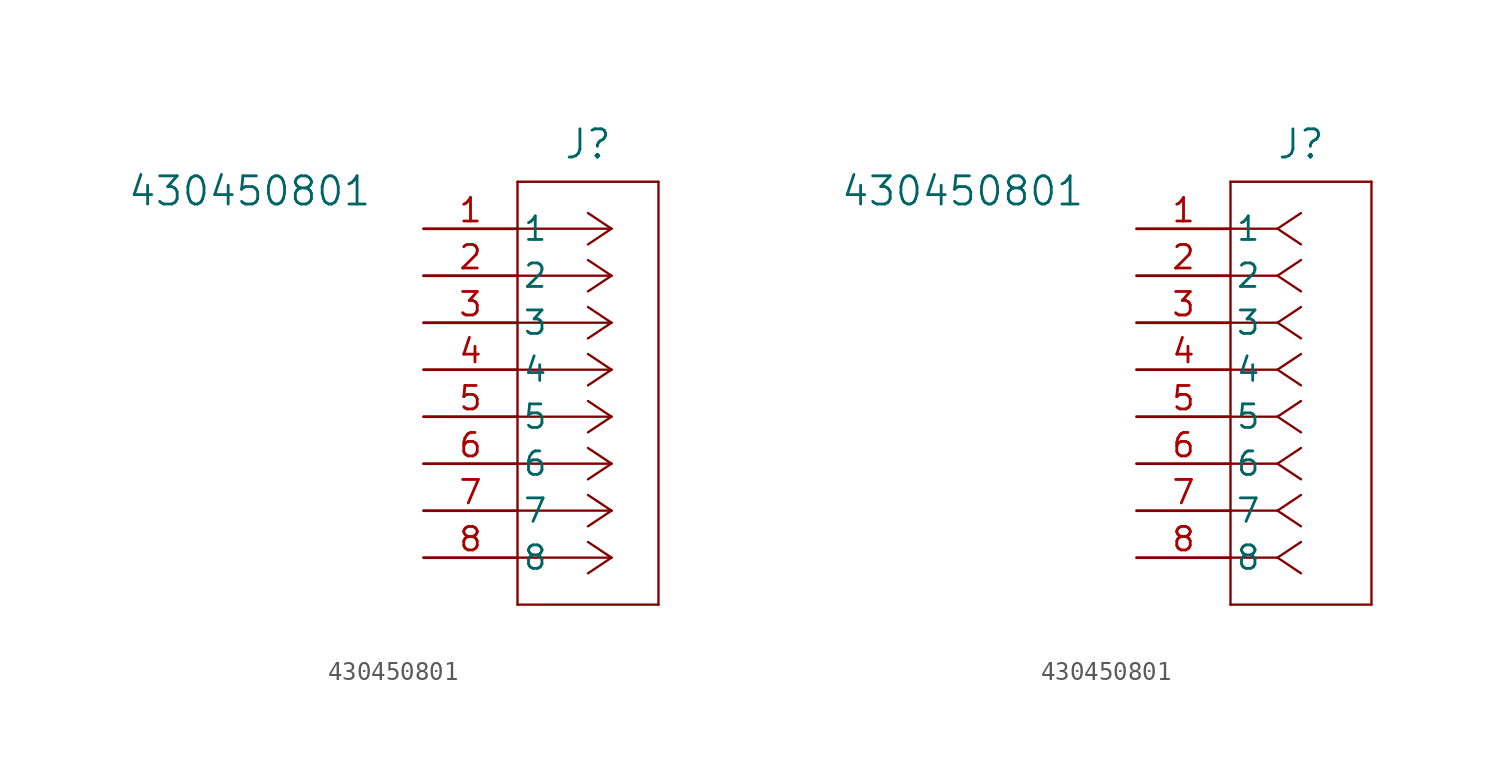
<source format=kicad_sym>
(kicad_symbol_lib
  (version 20241209)
  (generator "kicad_symbol_editor")
  (generator_version "9.0")
  (symbol "430450801"
    (pin_names
      (offset 0.254))
    (property "Reference" "J"
      (at 8.89 4.572 0)
      (effects (font (size 1.524 1.524))))
    (property "Value" "430450801"
      (at -9.398 2.032 0)
      (effects (font (size 1.524 1.524))))
    (symbol "430450801_1_1"
      (polyline (pts (xy 5.08 2.54) (xy 5.08 -20.32)) (stroke (width 0.127) (type default)) (fill (type none)))
      (polyline (pts (xy 5.08 -20.32) (xy 12.7 -20.32)) (stroke (width 0.127) (type default)) (fill (type none)))
      (polyline (pts (xy 10.16 0) (xy 5.08 0)) (stroke (width 0.127) (type default)) (fill (type none)))
      (polyline (pts (xy 10.16 0) (xy 8.89 0.847)) (stroke (width 0.127) (type default)) (fill (type none)))
      (polyline (pts (xy 10.16 0) (xy 8.89 -0.847)) (stroke (width 0.127) (type default)) (fill (type none)))
      (polyline (pts (xy 10.16 -2.54) (xy 5.08 -2.54)) (stroke (width 0.127) (type default)) (fill (type none)))
      (polyline (pts (xy 10.16 -2.54) (xy 8.89 -1.693)) (stroke (width 0.127) (type default)) (fill (type none)))
      (polyline (pts (xy 10.16 -2.54) (xy 8.89 -3.387)) (stroke (width 0.127) (type default)) (fill (type none)))
      (polyline (pts (xy 10.16 -5.08) (xy 5.08 -5.08)) (stroke (width 0.127) (type default)) (fill (type none)))
      (polyline (pts (xy 10.16 -5.08) (xy 8.89 -4.233)) (stroke (width 0.127) (type default)) (fill (type none)))
      (polyline (pts (xy 10.16 -5.08) (xy 8.89 -5.927)) (stroke (width 0.127) (type default)) (fill (type none)))
      (polyline (pts (xy 10.16 -7.62) (xy 5.08 -7.62)) (stroke (width 0.127) (type default)) (fill (type none)))
      (polyline (pts (xy 10.16 -7.62) (xy 8.89 -6.773)) (stroke (width 0.127) (type default)) (fill (type none)))
      (polyline (pts (xy 10.16 -7.62) (xy 8.89 -8.467)) (stroke (width 0.127) (type default)) (fill (type none)))
      (polyline (pts (xy 10.16 -10.16) (xy 5.08 -10.16)) (stroke (width 0.127) (type default)) (fill (type none)))
      (polyline (pts (xy 10.16 -10.16) (xy 8.89 -9.313)) (stroke (width 0.127) (type default)) (fill (type none)))
      (polyline (pts (xy 10.16 -10.16) (xy 8.89 -11.007)) (stroke (width 0.127) (type default)) (fill (type none)))
      (polyline (pts (xy 10.16 -12.7) (xy 5.08 -12.7)) (stroke (width 0.127) (type default)) (fill (type none)))
      (polyline (pts (xy 10.16 -12.7) (xy 8.89 -11.853)) (stroke (width 0.127) (type default)) (fill (type none)))
      (polyline (pts (xy 10.16 -12.7) (xy 8.89 -13.547)) (stroke (width 0.127) (type default)) (fill (type none)))
      (polyline (pts (xy 10.16 -15.24) (xy 5.08 -15.24)) (stroke (width 0.127) (type default)) (fill (type none)))
      (polyline (pts (xy 10.16 -15.24) (xy 8.89 -14.393)) (stroke (width 0.127) (type default)) (fill (type none)))
      (polyline (pts (xy 10.16 -15.24) (xy 8.89 -16.087)) (stroke (width 0.127) (type default)) (fill (type none)))
      (polyline (pts (xy 10.16 -17.78) (xy 5.08 -17.78)) (stroke (width 0.127) (type default)) (fill (type none)))
      (polyline (pts (xy 10.16 -17.78) (xy 8.89 -16.933)) (stroke (width 0.127) (type default)) (fill (type none)))
      (polyline (pts (xy 10.16 -17.78) (xy 8.89 -18.627)) (stroke (width 0.127) (type default)) (fill (type none)))
      (polyline (pts (xy 12.7 2.54) (xy 5.08 2.54)) (stroke (width 0.127) (type default)) (fill (type none)))
      (polyline (pts (xy 12.7 -20.32) (xy 12.7 2.54)) (stroke (width 0.127) (type default)) (fill (type none)))
      (pin passive line (at 0 0 0) (length 5.08) (name "1" (effects (font (size 1.27 1.27)))) (number "1" (effects (font (size 1.27 1.27)))))
      (pin passive line (at 0 -2.54 0) (length 5.08) (name "2" (effects (font (size 1.27 1.27)))) (number "2" (effects (font (size 1.27 1.27)))))
      (pin passive line (at 0 -5.08 0) (length 5.08) (name "3" (effects (font (size 1.27 1.27)))) (number "3" (effects (font (size 1.27 1.27)))))
      (pin passive line (at 0 -7.62 0) (length 5.08) (name "4" (effects (font (size 1.27 1.27)))) (number "4" (effects (font (size 1.27 1.27)))))
      (pin passive line (at 0 -10.16 0) (length 5.08) (name "5" (effects (font (size 1.27 1.27)))) (number "5" (effects (font (size 1.27 1.27)))))
      (pin passive line (at 0 -12.7 0) (length 5.08) (name "6" (effects (font (size 1.27 1.27)))) (number "6" (effects (font (size 1.27 1.27)))))
      (pin passive line (at 0 -15.24 0) (length 5.08) (name "7" (effects (font (size 1.27 1.27)))) (number "7" (effects (font (size 1.27 1.27)))))
      (pin passive line (at 0 -17.78 0) (length 5.08) (name "8" (effects (font (size 1.27 1.27)))) (number "8" (effects (font (size 1.27 1.27))))))
    (symbol "430450801_1_2"
      (polyline (pts (xy 5.08 2.54) (xy 5.08 -20.32)) (stroke (width 0.127) (type default)) (fill (type none)))
      (polyline (pts (xy 5.08 -20.32) (xy 12.7 -20.32)) (stroke (width 0.127) (type default)) (fill (type none)))
      (polyline (pts (xy 7.62 0) (xy 5.08 0)) (stroke (width 0.127) (type default)) (fill (type none)))
      (polyline (pts (xy 7.62 0) (xy 8.89 0.847)) (stroke (width 0.127) (type default)) (fill (type none)))
      (polyline (pts (xy 7.62 0) (xy 8.89 -0.847)) (stroke (width 0.127) (type default)) (fill (type none)))
      (polyline (pts (xy 7.62 -2.54) (xy 5.08 -2.54)) (stroke (width 0.127) (type default)) (fill (type none)))
      (polyline (pts (xy 7.62 -2.54) (xy 8.89 -1.693)) (stroke (width 0.127) (type default)) (fill (type none)))
      (polyline (pts (xy 7.62 -2.54) (xy 8.89 -3.387)) (stroke (width 0.127) (type default)) (fill (type none)))
      (polyline (pts (xy 7.62 -5.08) (xy 5.08 -5.08)) (stroke (width 0.127) (type default)) (fill (type none)))
      (polyline (pts (xy 7.62 -5.08) (xy 8.89 -4.233)) (stroke (width 0.127) (type default)) (fill (type none)))
      (polyline (pts (xy 7.62 -5.08) (xy 8.89 -5.927)) (stroke (width 0.127) (type default)) (fill (type none)))
      (polyline (pts (xy 7.62 -7.62) (xy 5.08 -7.62)) (stroke (width 0.127) (type default)) (fill (type none)))
      (polyline (pts (xy 7.62 -7.62) (xy 8.89 -6.773)) (stroke (width 0.127) (type default)) (fill (type none)))
      (polyline (pts (xy 7.62 -7.62) (xy 8.89 -8.467)) (stroke (width 0.127) (type default)) (fill (type none)))
      (polyline (pts (xy 7.62 -10.16) (xy 5.08 -10.16)) (stroke (width 0.127) (type default)) (fill (type none)))
      (polyline (pts (xy 7.62 -10.16) (xy 8.89 -9.313)) (stroke (width 0.127) (type default)) (fill (type none)))
      (polyline (pts (xy 7.62 -10.16) (xy 8.89 -11.007)) (stroke (width 0.127) (type default)) (fill (type none)))
      (polyline (pts (xy 7.62 -12.7) (xy 5.08 -12.7)) (stroke (width 0.127) (type default)) (fill (type none)))
      (polyline (pts (xy 7.62 -12.7) (xy 8.89 -11.853)) (stroke (width 0.127) (type default)) (fill (type none)))
      (polyline (pts (xy 7.62 -12.7) (xy 8.89 -13.547)) (stroke (width 0.127) (type default)) (fill (type none)))
      (polyline (pts (xy 7.62 -15.24) (xy 5.08 -15.24)) (stroke (width 0.127) (type default)) (fill (type none)))
      (polyline (pts (xy 7.62 -15.24) (xy 8.89 -14.393)) (stroke (width 0.127) (type default)) (fill (type none)))
      (polyline (pts (xy 7.62 -15.24) (xy 8.89 -16.087)) (stroke (width 0.127) (type default)) (fill (type none)))
      (polyline (pts (xy 7.62 -17.78) (xy 5.08 -17.78)) (stroke (width 0.127) (type default)) (fill (type none)))
      (polyline (pts (xy 7.62 -17.78) (xy 8.89 -16.933)) (stroke (width 0.127) (type default)) (fill (type none)))
      (polyline (pts (xy 7.62 -17.78) (xy 8.89 -18.627)) (stroke (width 0.127) (type default)) (fill (type none)))
      (polyline (pts (xy 12.7 2.54) (xy 5.08 2.54)) (stroke (width 0.127) (type default)) (fill (type none)))
      (polyline (pts (xy 12.7 -20.32) (xy 12.7 2.54)) (stroke (width 0.127) (type default)) (fill (type none)))
      (pin unspecified line (at 0 0 0) (length 5.08) (name "1" (effects (font (size 1.27 1.27)))) (number "1" (effects (font (size 1.27 1.27)))))
      (pin unspecified line (at 0 -2.54 0) (length 5.08) (name "2" (effects (font (size 1.27 1.27)))) (number "2" (effects (font (size 1.27 1.27)))))
      (pin unspecified line (at 0 -5.08 0) (length 5.08) (name "3" (effects (font (size 1.27 1.27)))) (number "3" (effects (font (size 1.27 1.27)))))
      (pin unspecified line (at 0 -7.62 0) (length 5.08) (name "4" (effects (font (size 1.27 1.27)))) (number "4" (effects (font (size 1.27 1.27)))))
      (pin unspecified line (at 0 -10.16 0) (length 5.08) (name "5" (effects (font (size 1.27 1.27)))) (number "5" (effects (font (size 1.27 1.27)))))
      (pin unspecified line (at 0 -12.7 0) (length 5.08) (name "6" (effects (font (size 1.27 1.27)))) (number "6" (effects (font (size 1.27 1.27)))))
      (pin unspecified line (at 0 -15.24 0) (length 5.08) (name "7" (effects (font (size 1.27 1.27)))) (number "7" (effects (font (size 1.27 1.27)))))
      (pin unspecified line (at 0 -17.78 0) (length 5.08) (name "8" (effects (font (size 1.27 1.27)))) (number "8" (effects (font (size 1.27 1.27))))))))
</source>
